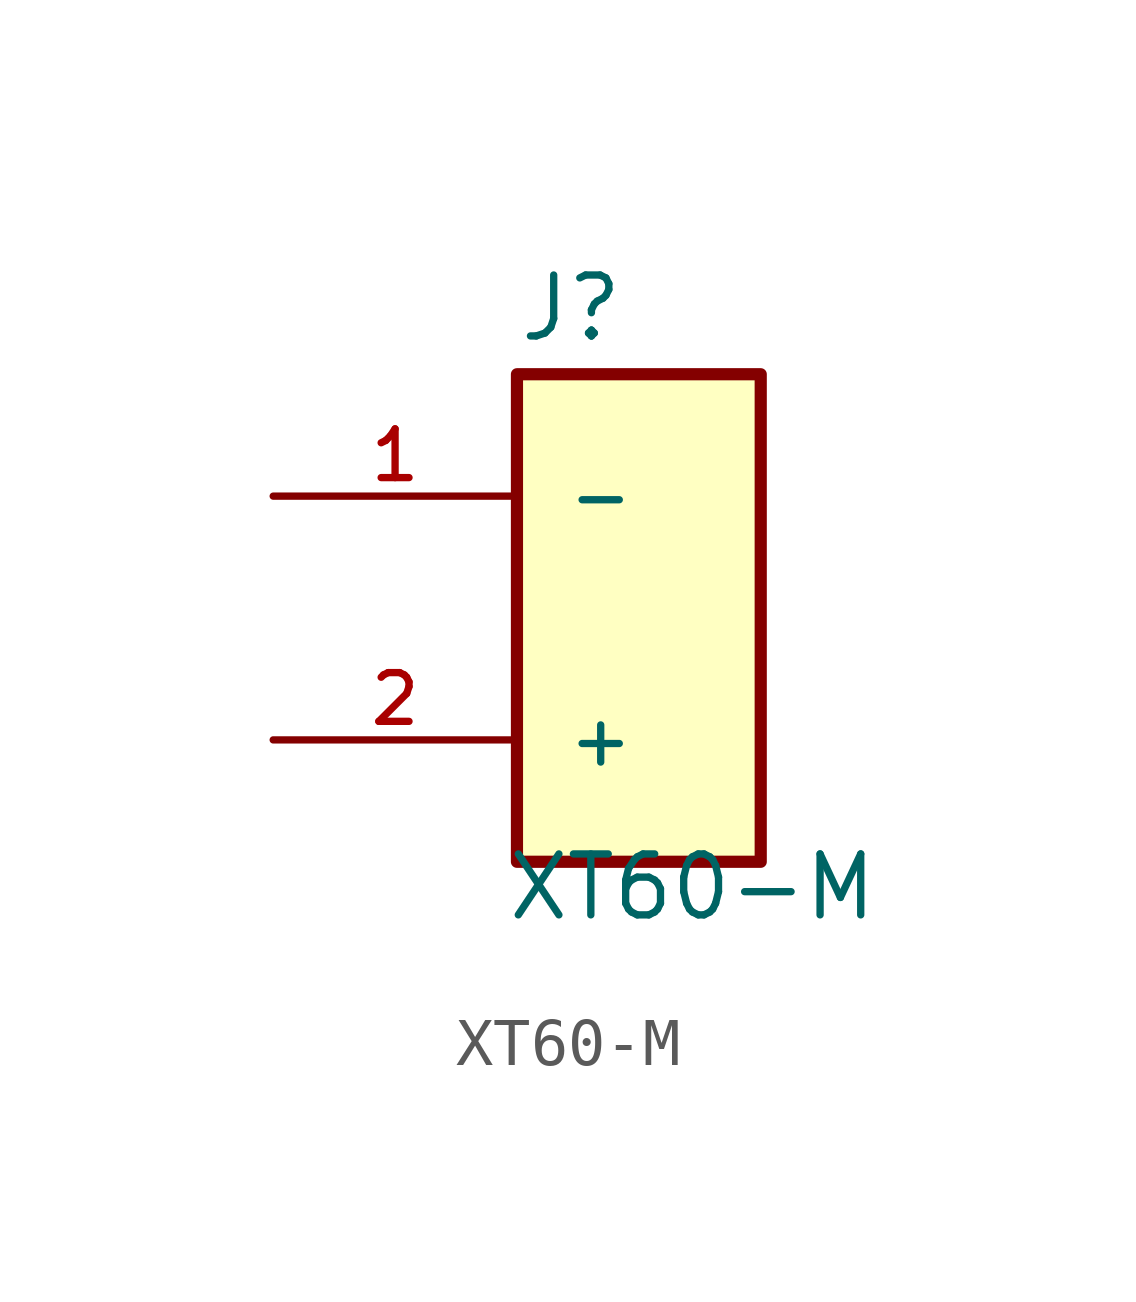
<source format=kicad_sym>
(kicad_symbol_lib
  (version 20211014)
  (generator kicad_symbol_editor)
  (symbol "XT60-M"
    (pin_names
      (offset 1.016))
    (property "Reference" "J"
      (at -2.54 5.715 0)
      (effects (font (size 1.27 1.27)) (justify left bottom)))
    (property "Value" "XT60-M"
      (at -2.794 -6.35 0)
      (effects (font (size 1.27 1.27)) (justify left bottom)))
    (property "ki_locked" ""
      (at 0 0 0)
      (effects (font (size 1.27 1.27))))
    (symbol "XT60-M_0_0"
      (rectangle (start -2.54 -5.08) (end 2.54 5.08) (stroke (width 0.254) (type default) (color 0 0 0 0)) (fill (type background)))
      (pin passive line (at -7.62 2.54 0) (length 5.08) (name "-" (effects (font (size 1.016 1.016)))) (number "1" (effects (font (size 1.016 1.016)))))
      (pin passive line (at -7.62 -2.54 0) (length 5.08) (name "+" (effects (font (size 1.016 1.016)))) (number "2" (effects (font (size 1.016 1.016))))))))
</source>
